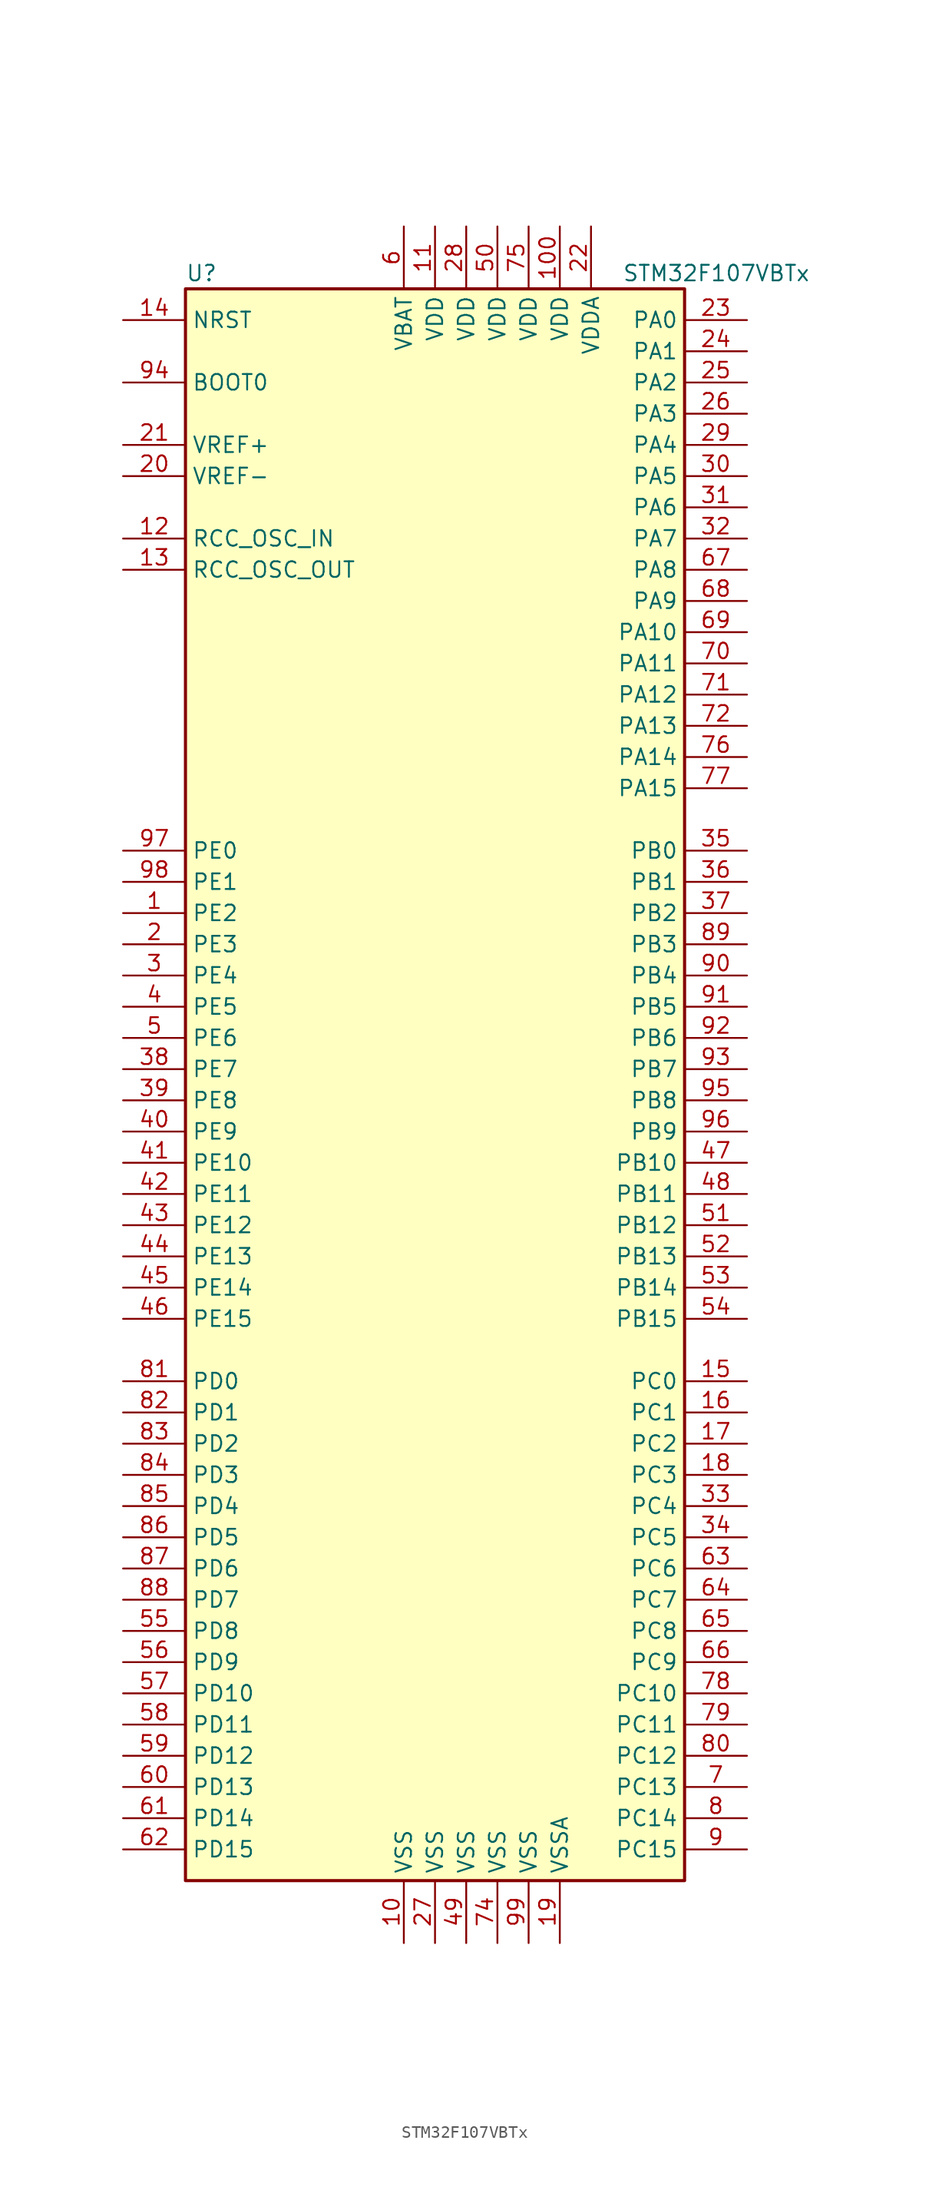
<source format=kicad_sym>
(kicad_symbol_lib
  (version 20201005)
  (generator kicad_symbol_editor)
  (symbol "MCU_ST_STM32F1:STM32F107VBTx"
    (property "Reference" "U"
      (at -20.32 64.77 0)
      (effects (font (size 1.27 1.27)) (justify left)))
    (property "Value" "STM32F107VBTx"
      (at 15.24 64.77 0)
      (effects (font (size 1.27 1.27)) (justify left)))
    (symbol "STM32F107VBTx_0_1"
      (rectangle (start -20.32 -66.04) (end 20.32 63.5) (stroke (width 0.254)) (fill (type background))))
    (symbol "STM32F107VBTx_1_1"
      (pin input line (at -25.4 55.88 0) (length 5.08) (name "BOOT0" (effects (font (size 1.27 1.27)))) (number "94" (effects (font (size 1.27 1.27)))))
      (pin no_connect line (at -20.32 -63.5 0) (length 5.08) hide (name "NC" (effects (font (size 1.27 1.27)))) (number "73" (effects (font (size 1.27 1.27)))))
      (pin input line (at -25.4 60.96 0) (length 5.08) (name "NRST" (effects (font (size 1.27 1.27)))) (number "14" (effects (font (size 1.27 1.27)))))
      (pin bidirectional line (at 25.4 60.96 180) (length 5.08) (name "PA0" (effects (font (size 1.27 1.27)))) (number "23" (effects (font (size 1.27 1.27)))))
      (pin bidirectional line (at 25.4 58.42 180) (length 5.08) (name "PA1" (effects (font (size 1.27 1.27)))) (number "24" (effects (font (size 1.27 1.27)))))
      (pin bidirectional line (at 25.4 35.56 180) (length 5.08) (name "PA10" (effects (font (size 1.27 1.27)))) (number "69" (effects (font (size 1.27 1.27)))))
      (pin bidirectional line (at 25.4 33.02 180) (length 5.08) (name "PA11" (effects (font (size 1.27 1.27)))) (number "70" (effects (font (size 1.27 1.27)))))
      (pin bidirectional line (at 25.4 30.48 180) (length 5.08) (name "PA12" (effects (font (size 1.27 1.27)))) (number "71" (effects (font (size 1.27 1.27)))))
      (pin bidirectional line (at 25.4 27.94 180) (length 5.08) (name "PA13" (effects (font (size 1.27 1.27)))) (number "72" (effects (font (size 1.27 1.27)))))
      (pin bidirectional line (at 25.4 25.4 180) (length 5.08) (name "PA14" (effects (font (size 1.27 1.27)))) (number "76" (effects (font (size 1.27 1.27)))))
      (pin bidirectional line (at 25.4 22.86 180) (length 5.08) (name "PA15" (effects (font (size 1.27 1.27)))) (number "77" (effects (font (size 1.27 1.27)))))
      (pin bidirectional line (at 25.4 55.88 180) (length 5.08) (name "PA2" (effects (font (size 1.27 1.27)))) (number "25" (effects (font (size 1.27 1.27)))))
      (pin bidirectional line (at 25.4 53.34 180) (length 5.08) (name "PA3" (effects (font (size 1.27 1.27)))) (number "26" (effects (font (size 1.27 1.27)))))
      (pin bidirectional line (at 25.4 50.8 180) (length 5.08) (name "PA4" (effects (font (size 1.27 1.27)))) (number "29" (effects (font (size 1.27 1.27)))))
      (pin bidirectional line (at 25.4 48.26 180) (length 5.08) (name "PA5" (effects (font (size 1.27 1.27)))) (number "30" (effects (font (size 1.27 1.27)))))
      (pin bidirectional line (at 25.4 45.72 180) (length 5.08) (name "PA6" (effects (font (size 1.27 1.27)))) (number "31" (effects (font (size 1.27 1.27)))))
      (pin bidirectional line (at 25.4 43.18 180) (length 5.08) (name "PA7" (effects (font (size 1.27 1.27)))) (number "32" (effects (font (size 1.27 1.27)))))
      (pin bidirectional line (at 25.4 40.64 180) (length 5.08) (name "PA8" (effects (font (size 1.27 1.27)))) (number "67" (effects (font (size 1.27 1.27)))))
      (pin bidirectional line (at 25.4 38.1 180) (length 5.08) (name "PA9" (effects (font (size 1.27 1.27)))) (number "68" (effects (font (size 1.27 1.27)))))
      (pin bidirectional line (at 25.4 17.78 180) (length 5.08) (name "PB0" (effects (font (size 1.27 1.27)))) (number "35" (effects (font (size 1.27 1.27)))))
      (pin bidirectional line (at 25.4 15.24 180) (length 5.08) (name "PB1" (effects (font (size 1.27 1.27)))) (number "36" (effects (font (size 1.27 1.27)))))
      (pin bidirectional line (at 25.4 -7.62 180) (length 5.08) (name "PB10" (effects (font (size 1.27 1.27)))) (number "47" (effects (font (size 1.27 1.27)))))
      (pin bidirectional line (at 25.4 -10.16 180) (length 5.08) (name "PB11" (effects (font (size 1.27 1.27)))) (number "48" (effects (font (size 1.27 1.27)))))
      (pin bidirectional line (at 25.4 -12.7 180) (length 5.08) (name "PB12" (effects (font (size 1.27 1.27)))) (number "51" (effects (font (size 1.27 1.27)))))
      (pin bidirectional line (at 25.4 -15.24 180) (length 5.08) (name "PB13" (effects (font (size 1.27 1.27)))) (number "52" (effects (font (size 1.27 1.27)))))
      (pin bidirectional line (at 25.4 -17.78 180) (length 5.08) (name "PB14" (effects (font (size 1.27 1.27)))) (number "53" (effects (font (size 1.27 1.27)))))
      (pin bidirectional line (at 25.4 -20.32 180) (length 5.08) (name "PB15" (effects (font (size 1.27 1.27)))) (number "54" (effects (font (size 1.27 1.27)))))
      (pin bidirectional line (at 25.4 12.7 180) (length 5.08) (name "PB2" (effects (font (size 1.27 1.27)))) (number "37" (effects (font (size 1.27 1.27)))))
      (pin bidirectional line (at 25.4 10.16 180) (length 5.08) (name "PB3" (effects (font (size 1.27 1.27)))) (number "89" (effects (font (size 1.27 1.27)))))
      (pin bidirectional line (at 25.4 7.62 180) (length 5.08) (name "PB4" (effects (font (size 1.27 1.27)))) (number "90" (effects (font (size 1.27 1.27)))))
      (pin bidirectional line (at 25.4 5.08 180) (length 5.08) (name "PB5" (effects (font (size 1.27 1.27)))) (number "91" (effects (font (size 1.27 1.27)))))
      (pin bidirectional line (at 25.4 2.54 180) (length 5.08) (name "PB6" (effects (font (size 1.27 1.27)))) (number "92" (effects (font (size 1.27 1.27)))))
      (pin bidirectional line (at 25.4 0 180) (length 5.08) (name "PB7" (effects (font (size 1.27 1.27)))) (number "93" (effects (font (size 1.27 1.27)))))
      (pin bidirectional line (at 25.4 -2.54 180) (length 5.08) (name "PB8" (effects (font (size 1.27 1.27)))) (number "95" (effects (font (size 1.27 1.27)))))
      (pin bidirectional line (at 25.4 -5.08 180) (length 5.08) (name "PB9" (effects (font (size 1.27 1.27)))) (number "96" (effects (font (size 1.27 1.27)))))
      (pin bidirectional line (at 25.4 -25.4 180) (length 5.08) (name "PC0" (effects (font (size 1.27 1.27)))) (number "15" (effects (font (size 1.27 1.27)))))
      (pin bidirectional line (at 25.4 -27.94 180) (length 5.08) (name "PC1" (effects (font (size 1.27 1.27)))) (number "16" (effects (font (size 1.27 1.27)))))
      (pin bidirectional line (at 25.4 -50.8 180) (length 5.08) (name "PC10" (effects (font (size 1.27 1.27)))) (number "78" (effects (font (size 1.27 1.27)))))
      (pin bidirectional line (at 25.4 -53.34 180) (length 5.08) (name "PC11" (effects (font (size 1.27 1.27)))) (number "79" (effects (font (size 1.27 1.27)))))
      (pin bidirectional line (at 25.4 -55.88 180) (length 5.08) (name "PC12" (effects (font (size 1.27 1.27)))) (number "80" (effects (font (size 1.27 1.27)))))
      (pin bidirectional line (at 25.4 -58.42 180) (length 5.08) (name "PC13" (effects (font (size 1.27 1.27)))) (number "7" (effects (font (size 1.27 1.27)))))
      (pin bidirectional line (at 25.4 -60.96 180) (length 5.08) (name "PC14" (effects (font (size 1.27 1.27)))) (number "8" (effects (font (size 1.27 1.27)))))
      (pin bidirectional line (at 25.4 -63.5 180) (length 5.08) (name "PC15" (effects (font (size 1.27 1.27)))) (number "9" (effects (font (size 1.27 1.27)))))
      (pin bidirectional line (at 25.4 -30.48 180) (length 5.08) (name "PC2" (effects (font (size 1.27 1.27)))) (number "17" (effects (font (size 1.27 1.27)))))
      (pin bidirectional line (at 25.4 -33.02 180) (length 5.08) (name "PC3" (effects (font (size 1.27 1.27)))) (number "18" (effects (font (size 1.27 1.27)))))
      (pin bidirectional line (at 25.4 -35.56 180) (length 5.08) (name "PC4" (effects (font (size 1.27 1.27)))) (number "33" (effects (font (size 1.27 1.27)))))
      (pin bidirectional line (at 25.4 -38.1 180) (length 5.08) (name "PC5" (effects (font (size 1.27 1.27)))) (number "34" (effects (font (size 1.27 1.27)))))
      (pin bidirectional line (at 25.4 -40.64 180) (length 5.08) (name "PC6" (effects (font (size 1.27 1.27)))) (number "63" (effects (font (size 1.27 1.27)))))
      (pin bidirectional line (at 25.4 -43.18 180) (length 5.08) (name "PC7" (effects (font (size 1.27 1.27)))) (number "64" (effects (font (size 1.27 1.27)))))
      (pin bidirectional line (at 25.4 -45.72 180) (length 5.08) (name "PC8" (effects (font (size 1.27 1.27)))) (number "65" (effects (font (size 1.27 1.27)))))
      (pin bidirectional line (at 25.4 -48.26 180) (length 5.08) (name "PC9" (effects (font (size 1.27 1.27)))) (number "66" (effects (font (size 1.27 1.27)))))
      (pin bidirectional line (at -25.4 -25.4 0) (length 5.08) (name "PD0" (effects (font (size 1.27 1.27)))) (number "81" (effects (font (size 1.27 1.27)))))
      (pin bidirectional line (at -25.4 -27.94 0) (length 5.08) (name "PD1" (effects (font (size 1.27 1.27)))) (number "82" (effects (font (size 1.27 1.27)))))
      (pin bidirectional line (at -25.4 -50.8 0) (length 5.08) (name "PD10" (effects (font (size 1.27 1.27)))) (number "57" (effects (font (size 1.27 1.27)))))
      (pin bidirectional line (at -25.4 -53.34 0) (length 5.08) (name "PD11" (effects (font (size 1.27 1.27)))) (number "58" (effects (font (size 1.27 1.27)))))
      (pin bidirectional line (at -25.4 -55.88 0) (length 5.08) (name "PD12" (effects (font (size 1.27 1.27)))) (number "59" (effects (font (size 1.27 1.27)))))
      (pin bidirectional line (at -25.4 -58.42 0) (length 5.08) (name "PD13" (effects (font (size 1.27 1.27)))) (number "60" (effects (font (size 1.27 1.27)))))
      (pin bidirectional line (at -25.4 -60.96 0) (length 5.08) (name "PD14" (effects (font (size 1.27 1.27)))) (number "61" (effects (font (size 1.27 1.27)))))
      (pin bidirectional line (at -25.4 -63.5 0) (length 5.08) (name "PD15" (effects (font (size 1.27 1.27)))) (number "62" (effects (font (size 1.27 1.27)))))
      (pin bidirectional line (at -25.4 -30.48 0) (length 5.08) (name "PD2" (effects (font (size 1.27 1.27)))) (number "83" (effects (font (size 1.27 1.27)))))
      (pin bidirectional line (at -25.4 -33.02 0) (length 5.08) (name "PD3" (effects (font (size 1.27 1.27)))) (number "84" (effects (font (size 1.27 1.27)))))
      (pin bidirectional line (at -25.4 -35.56 0) (length 5.08) (name "PD4" (effects (font (size 1.27 1.27)))) (number "85" (effects (font (size 1.27 1.27)))))
      (pin bidirectional line (at -25.4 -38.1 0) (length 5.08) (name "PD5" (effects (font (size 1.27 1.27)))) (number "86" (effects (font (size 1.27 1.27)))))
      (pin bidirectional line (at -25.4 -40.64 0) (length 5.08) (name "PD6" (effects (font (size 1.27 1.27)))) (number "87" (effects (font (size 1.27 1.27)))))
      (pin bidirectional line (at -25.4 -43.18 0) (length 5.08) (name "PD7" (effects (font (size 1.27 1.27)))) (number "88" (effects (font (size 1.27 1.27)))))
      (pin bidirectional line (at -25.4 -45.72 0) (length 5.08) (name "PD8" (effects (font (size 1.27 1.27)))) (number "55" (effects (font (size 1.27 1.27)))))
      (pin bidirectional line (at -25.4 -48.26 0) (length 5.08) (name "PD9" (effects (font (size 1.27 1.27)))) (number "56" (effects (font (size 1.27 1.27)))))
      (pin bidirectional line (at -25.4 17.78 0) (length 5.08) (name "PE0" (effects (font (size 1.27 1.27)))) (number "97" (effects (font (size 1.27 1.27)))))
      (pin bidirectional line (at -25.4 15.24 0) (length 5.08) (name "PE1" (effects (font (size 1.27 1.27)))) (number "98" (effects (font (size 1.27 1.27)))))
      (pin bidirectional line (at -25.4 -7.62 0) (length 5.08) (name "PE10" (effects (font (size 1.27 1.27)))) (number "41" (effects (font (size 1.27 1.27)))))
      (pin bidirectional line (at -25.4 -10.16 0) (length 5.08) (name "PE11" (effects (font (size 1.27 1.27)))) (number "42" (effects (font (size 1.27 1.27)))))
      (pin bidirectional line (at -25.4 -12.7 0) (length 5.08) (name "PE12" (effects (font (size 1.27 1.27)))) (number "43" (effects (font (size 1.27 1.27)))))
      (pin bidirectional line (at -25.4 -15.24 0) (length 5.08) (name "PE13" (effects (font (size 1.27 1.27)))) (number "44" (effects (font (size 1.27 1.27)))))
      (pin bidirectional line (at -25.4 -17.78 0) (length 5.08) (name "PE14" (effects (font (size 1.27 1.27)))) (number "45" (effects (font (size 1.27 1.27)))))
      (pin bidirectional line (at -25.4 -20.32 0) (length 5.08) (name "PE15" (effects (font (size 1.27 1.27)))) (number "46" (effects (font (size 1.27 1.27)))))
      (pin bidirectional line (at -25.4 12.7 0) (length 5.08) (name "PE2" (effects (font (size 1.27 1.27)))) (number "1" (effects (font (size 1.27 1.27)))))
      (pin bidirectional line (at -25.4 10.16 0) (length 5.08) (name "PE3" (effects (font (size 1.27 1.27)))) (number "2" (effects (font (size 1.27 1.27)))))
      (pin bidirectional line (at -25.4 7.62 0) (length 5.08) (name "PE4" (effects (font (size 1.27 1.27)))) (number "3" (effects (font (size 1.27 1.27)))))
      (pin bidirectional line (at -25.4 5.08 0) (length 5.08) (name "PE5" (effects (font (size 1.27 1.27)))) (number "4" (effects (font (size 1.27 1.27)))))
      (pin bidirectional line (at -25.4 2.54 0) (length 5.08) (name "PE6" (effects (font (size 1.27 1.27)))) (number "5" (effects (font (size 1.27 1.27)))))
      (pin bidirectional line (at -25.4 0 0) (length 5.08) (name "PE7" (effects (font (size 1.27 1.27)))) (number "38" (effects (font (size 1.27 1.27)))))
      (pin bidirectional line (at -25.4 -2.54 0) (length 5.08) (name "PE8" (effects (font (size 1.27 1.27)))) (number "39" (effects (font (size 1.27 1.27)))))
      (pin bidirectional line (at -25.4 -5.08 0) (length 5.08) (name "PE9" (effects (font (size 1.27 1.27)))) (number "40" (effects (font (size 1.27 1.27)))))
      (pin input line (at -25.4 43.18 0) (length 5.08) (name "RCC_OSC_IN" (effects (font (size 1.27 1.27)))) (number "12" (effects (font (size 1.27 1.27)))))
      (pin input line (at -25.4 40.64 0) (length 5.08) (name "RCC_OSC_OUT" (effects (font (size 1.27 1.27)))) (number "13" (effects (font (size 1.27 1.27)))))
      (pin power_in line (at -2.54 68.58 270) (length 5.08) (name "VBAT" (effects (font (size 1.27 1.27)))) (number "6" (effects (font (size 1.27 1.27)))))
      (pin power_in line (at 10.16 68.58 270) (length 5.08) (name "VDD" (effects (font (size 1.27 1.27)))) (number "100" (effects (font (size 1.27 1.27)))))
      (pin power_in line (at 0 68.58 270) (length 5.08) (name "VDD" (effects (font (size 1.27 1.27)))) (number "11" (effects (font (size 1.27 1.27)))))
      (pin power_in line (at 2.54 68.58 270) (length 5.08) (name "VDD" (effects (font (size 1.27 1.27)))) (number "28" (effects (font (size 1.27 1.27)))))
      (pin power_in line (at 5.08 68.58 270) (length 5.08) (name "VDD" (effects (font (size 1.27 1.27)))) (number "50" (effects (font (size 1.27 1.27)))))
      (pin power_in line (at 7.62 68.58 270) (length 5.08) (name "VDD" (effects (font (size 1.27 1.27)))) (number "75" (effects (font (size 1.27 1.27)))))
      (pin power_in line (at 12.7 68.58 270) (length 5.08) (name "VDDA" (effects (font (size 1.27 1.27)))) (number "22" (effects (font (size 1.27 1.27)))))
      (pin power_in line (at -25.4 50.8 0) (length 5.08) (name "VREF+" (effects (font (size 1.27 1.27)))) (number "21" (effects (font (size 1.27 1.27)))))
      (pin power_in line (at -25.4 48.26 0) (length 5.08) (name "VREF-" (effects (font (size 1.27 1.27)))) (number "20" (effects (font (size 1.27 1.27)))))
      (pin power_in line (at -2.54 -71.12 90) (length 5.08) (name "VSS" (effects (font (size 1.27 1.27)))) (number "10" (effects (font (size 1.27 1.27)))))
      (pin power_in line (at 0 -71.12 90) (length 5.08) (name "VSS" (effects (font (size 1.27 1.27)))) (number "27" (effects (font (size 1.27 1.27)))))
      (pin power_in line (at 2.54 -71.12 90) (length 5.08) (name "VSS" (effects (font (size 1.27 1.27)))) (number "49" (effects (font (size 1.27 1.27)))))
      (pin power_in line (at 5.08 -71.12 90) (length 5.08) (name "VSS" (effects (font (size 1.27 1.27)))) (number "74" (effects (font (size 1.27 1.27)))))
      (pin power_in line (at 7.62 -71.12 90) (length 5.08) (name "VSS" (effects (font (size 1.27 1.27)))) (number "99" (effects (font (size 1.27 1.27)))))
      (pin power_in line (at 10.16 -71.12 90) (length 5.08) (name "VSSA" (effects (font (size 1.27 1.27)))) (number "19" (effects (font (size 1.27 1.27))))))))
</source>
